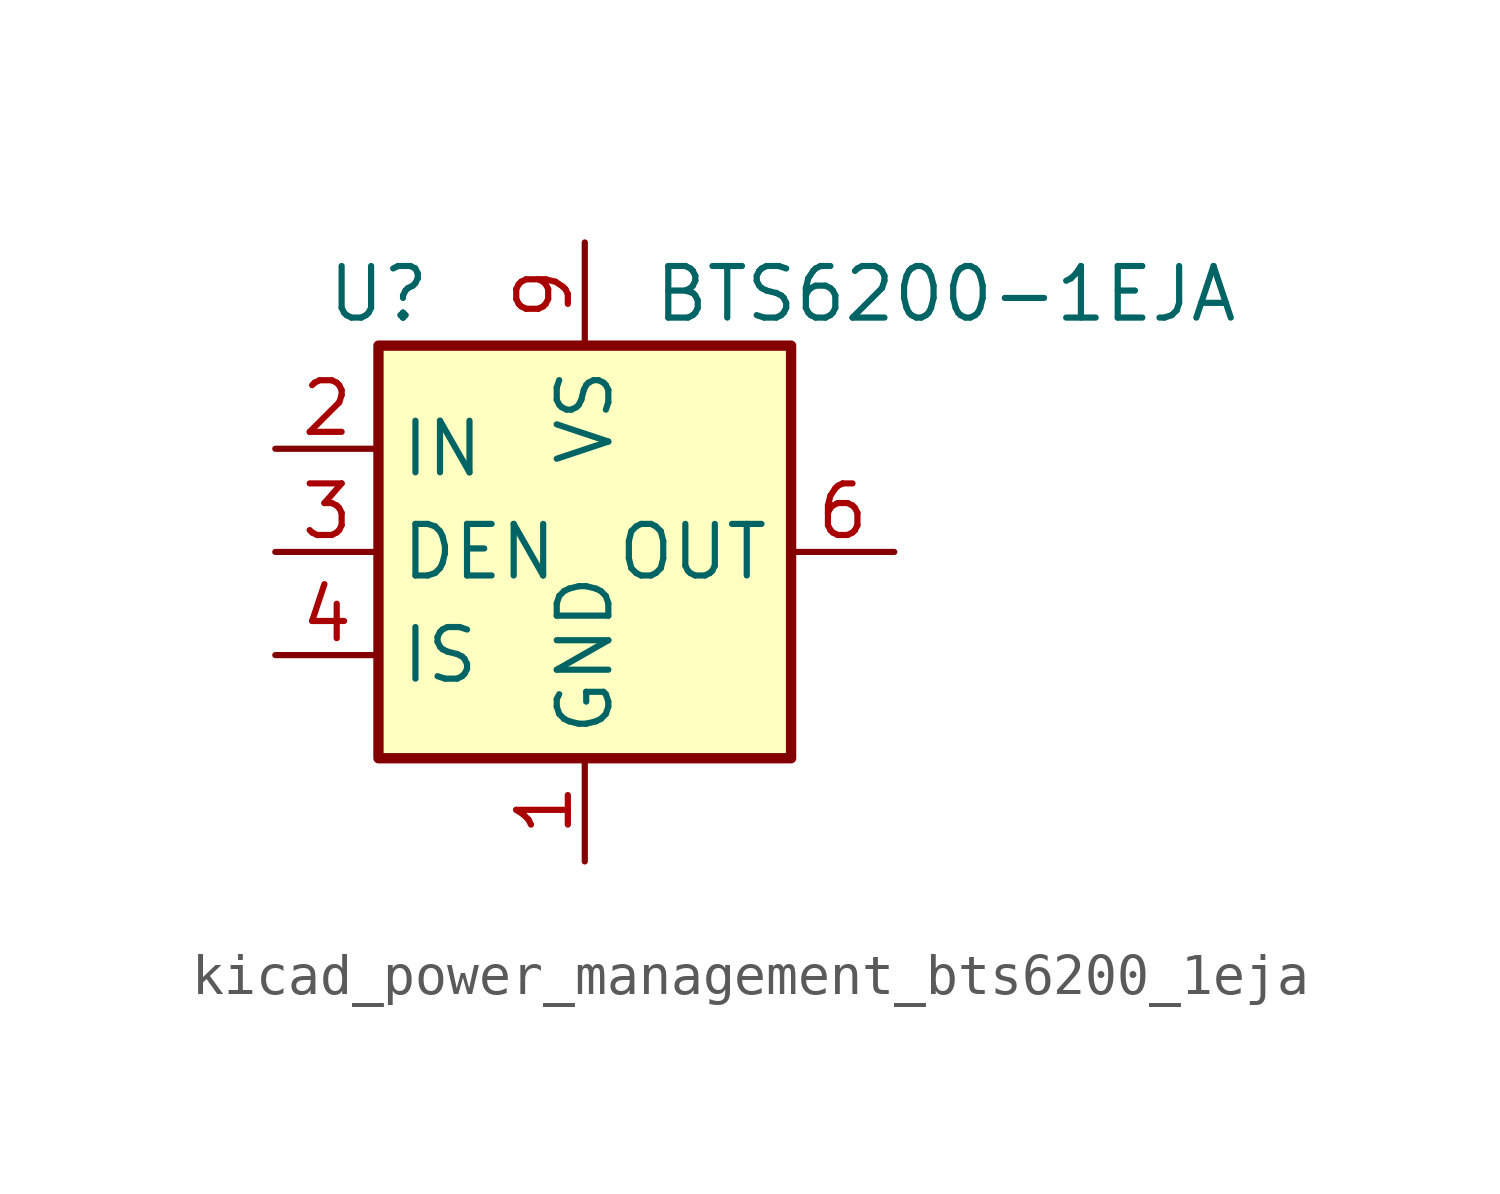
<source format=kicad_sym>
(kicad_symbol_lib
  (version 20220914)
  (generator kicad_symbol_editor)
  (symbol "kicad_power_management_bts6200_1eja"
    (property "Reference" "U"
      (at -5.08 6.35 0)
      (effects (font (size 1.27 1.27))))
    (property "Value" "BTS6200-1EJA"
      (at 8.89 6.35 0)
      (effects (font (size 1.27 1.27))))
    (symbol "kicad_power_management_bts6200_1eja_0_1"
      (rectangle (start -5.08 5.08) (end 5.08 -5.08) (stroke (width 0.254) (type default)) (fill (type background))))
    (symbol "kicad_power_management_bts6200_1eja_1_1"
      (pin power_in line (at 0 -7.62 90) (length 2.54) (name "GND" (effects (font (size 1.27 1.27)))) (number "1" (effects (font (size 1.27 1.27)))))
      (pin input line (at -7.62 2.54 0) (length 2.54) (name "IN" (effects (font (size 1.27 1.27)))) (number "2" (effects (font (size 1.27 1.27)))))
      (pin input line (at -7.62 0 0) (length 2.54) (name "DEN" (effects (font (size 1.27 1.27)))) (number "3" (effects (font (size 1.27 1.27)))))
      (pin output line (at -7.62 -2.54 0) (length 2.54) (name "IS" (effects (font (size 1.27 1.27)))) (number "4" (effects (font (size 1.27 1.27)))))
      (pin no_connect line (at 5.08 2.54 180) (length 2.54) hide (name "NC" (effects (font (size 1.27 1.27)))) (number "5" (effects (font (size 1.27 1.27)))))
      (pin power_out line (at 7.62 0 180) (length 2.54) (name "OUT" (effects (font (size 1.27 1.27)))) (number "6" (effects (font (size 1.27 1.27)))))
      (pin passive line (at 7.62 0 180) (length 2.54) hide (name "OUT" (effects (font (size 1.27 1.27)))) (number "7" (effects (font (size 1.27 1.27)))))
      (pin passive line (at 7.62 0 180) (length 2.54) hide (name "OUT" (effects (font (size 1.27 1.27)))) (number "8" (effects (font (size 1.27 1.27)))))
      (pin power_in line (at 0 7.62 270) (length 2.54) (name "VS" (effects (font (size 1.27 1.27)))) (number "9" (effects (font (size 1.27 1.27))))))))
</source>
